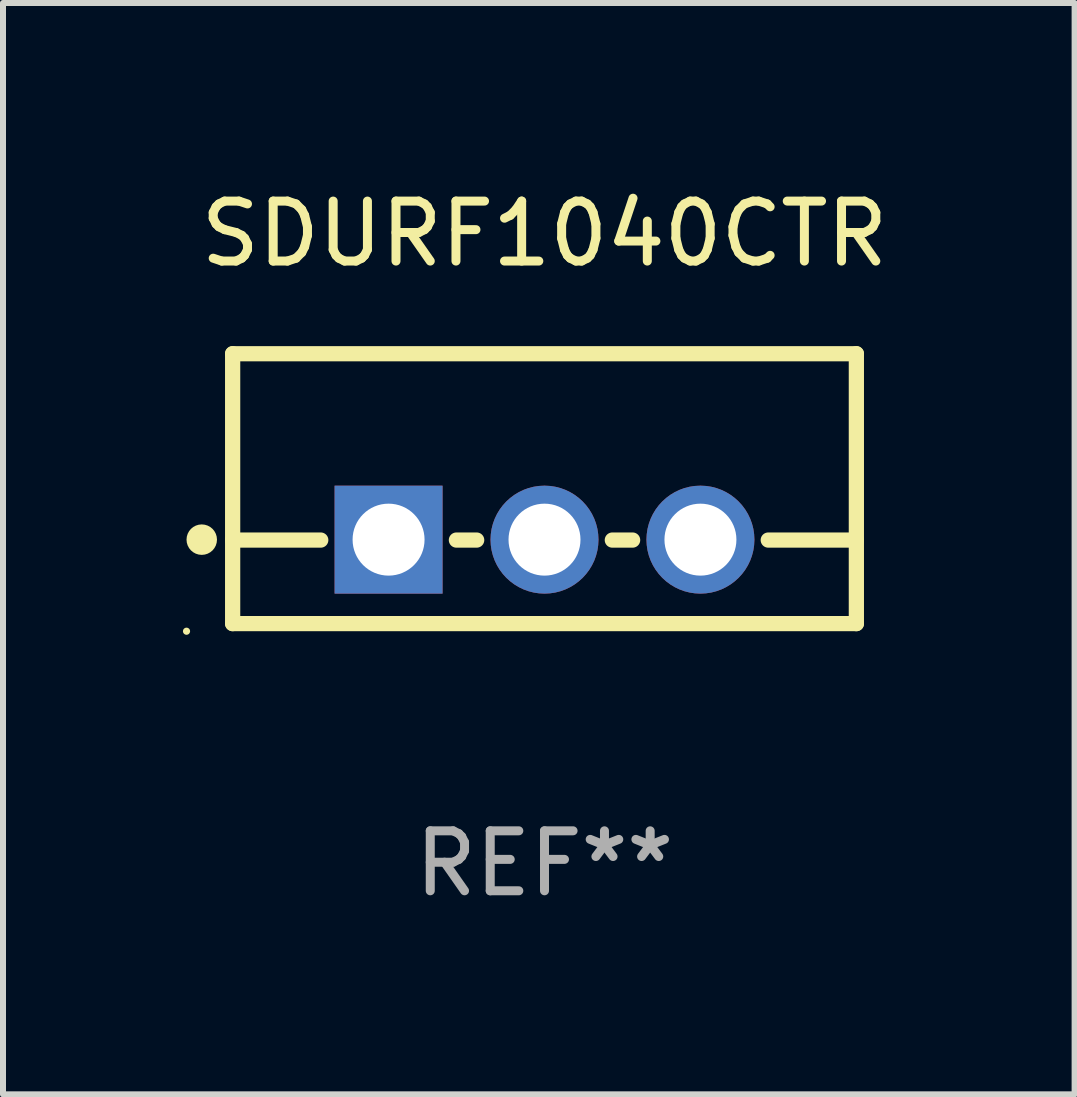
<source format=kicad_pcb>
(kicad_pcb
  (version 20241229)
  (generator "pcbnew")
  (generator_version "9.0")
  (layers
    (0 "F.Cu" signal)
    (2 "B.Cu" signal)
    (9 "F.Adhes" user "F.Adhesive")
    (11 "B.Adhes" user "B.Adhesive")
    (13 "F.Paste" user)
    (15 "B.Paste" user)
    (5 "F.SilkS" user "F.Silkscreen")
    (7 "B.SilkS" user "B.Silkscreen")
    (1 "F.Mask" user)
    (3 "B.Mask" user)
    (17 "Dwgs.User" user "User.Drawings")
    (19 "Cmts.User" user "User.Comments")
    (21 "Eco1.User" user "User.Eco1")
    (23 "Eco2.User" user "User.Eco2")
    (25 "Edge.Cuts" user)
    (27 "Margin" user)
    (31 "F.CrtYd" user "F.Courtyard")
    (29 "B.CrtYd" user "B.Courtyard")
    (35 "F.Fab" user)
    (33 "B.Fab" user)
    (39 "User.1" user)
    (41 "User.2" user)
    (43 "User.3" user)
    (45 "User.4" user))
  (footprint "SDURF1040CTR"
    (layer "F.Cu")
    (at 6.029 5.098)
    (property "Reference" "SDURF1040CTR" (at 0 -4.25 0) (layer "F.SilkS") (effects (font (size 1 1) (thickness 0.15))))
    (attr through_hole)
    (fp_line (start -5.2 -2.25) (end -5.2 2.25) (stroke (width 0.254) (type solid)) (layer "F.SilkS"))
    (fp_line (start -5.2 -2.25) (end 5.2 -2.25) (stroke (width 0.254) (type solid)) (layer "F.SilkS"))
    (fp_line (start -5.2 0.857) (end -3.731 0.857) (stroke (width 0.254) (type solid)) (layer "F.SilkS"))
    (fp_line (start -5.2 2.25) (end 5.2 2.25) (stroke (width 0.254) (type solid)) (layer "F.SilkS"))
    (fp_line (start -1.469 0.857) (end -1.131 0.857) (stroke (width 0.254) (type solid)) (layer "F.SilkS"))
    (fp_line (start 1.131 0.857) (end 1.469 0.857) (stroke (width 0.254) (type solid)) (layer "F.SilkS"))
    (fp_line (start 3.731 0.857) (end 5.2 0.857) (stroke (width 0.254) (type solid)) (layer "F.SilkS"))
    (fp_line (start 5.2 -2.25) (end 5.2 2.25) (stroke (width 0.254) (type solid)) (layer "F.SilkS"))
    (fp_circle (center -5.969 2.377) (end -5.939 2.377) (stroke (width 0.06) (type solid)) (fill no) (layer "F.SilkS"))
    (fp_circle (center -5.715 0.85) (end -5.588 0.85) (stroke (width 0.254) (type solid)) (fill no) (layer "F.SilkS"))
    (fp_text user "REF**" (at 0 6.25 0) (layer "F.Fab") (effects (font (size 1 1) (thickness 0.15))))
    (pad "1" thru_hole rect (at -2.6 0.85) (size 1.8 1.8) (drill 1.2) (layers "*.Cu" "*.Mask"))
    (pad "2" thru_hole circle (at 0 0.85) (size 1.8 1.8) (drill 1.2) (layers "*.Cu" "*.Mask"))
    (pad "3" thru_hole circle (at 2.6 0.85) (size 1.8 1.8) (drill 1.2) (layers "*.Cu" "*.Mask")))
  (gr_rect
    (start -3 -3)
    (end 14.868 15.197)
    (stroke (width 0.1) (type default))
    (fill no)
    (layer "Edge.Cuts")))
</source>
